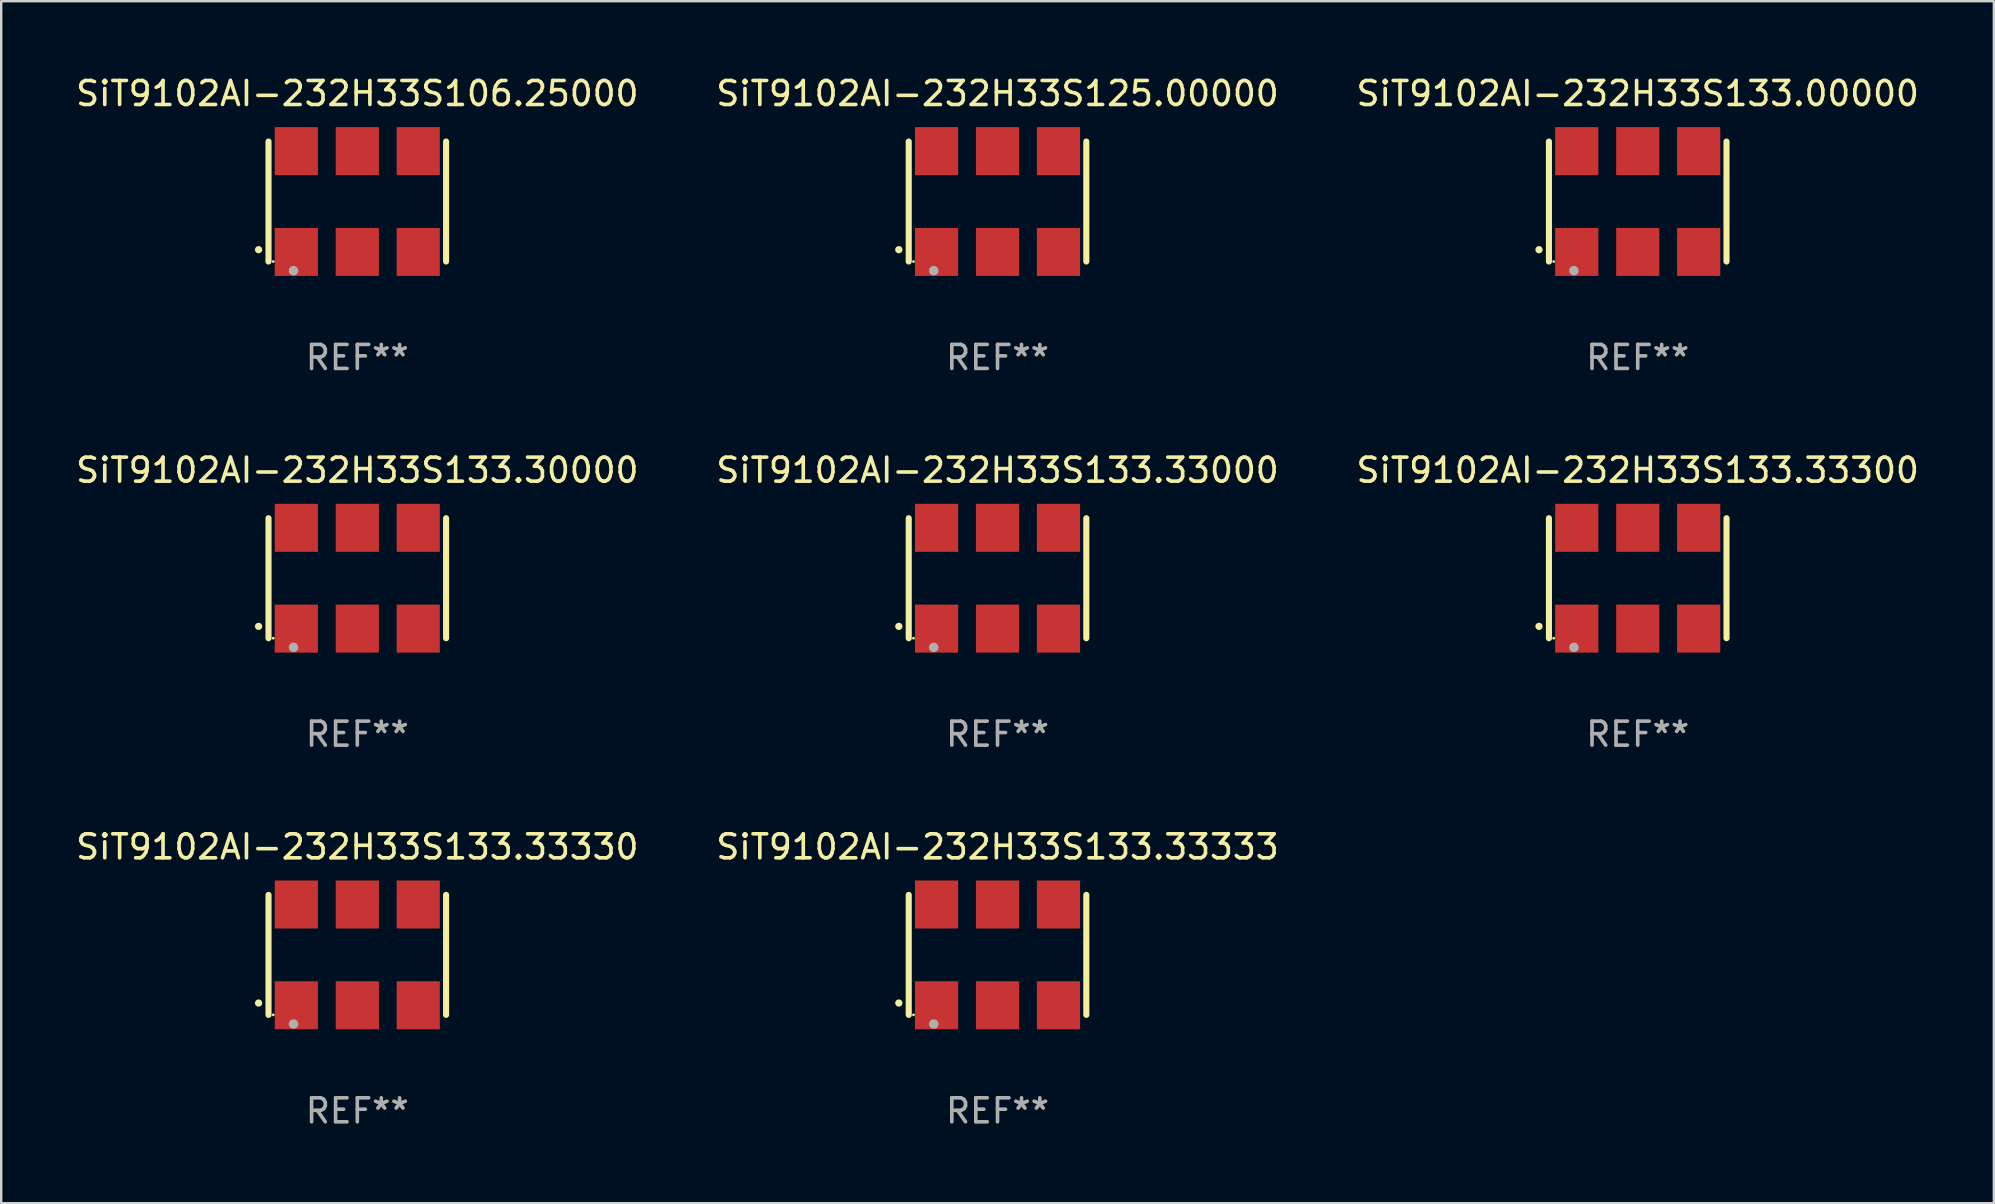
<source format=kicad_pcb>
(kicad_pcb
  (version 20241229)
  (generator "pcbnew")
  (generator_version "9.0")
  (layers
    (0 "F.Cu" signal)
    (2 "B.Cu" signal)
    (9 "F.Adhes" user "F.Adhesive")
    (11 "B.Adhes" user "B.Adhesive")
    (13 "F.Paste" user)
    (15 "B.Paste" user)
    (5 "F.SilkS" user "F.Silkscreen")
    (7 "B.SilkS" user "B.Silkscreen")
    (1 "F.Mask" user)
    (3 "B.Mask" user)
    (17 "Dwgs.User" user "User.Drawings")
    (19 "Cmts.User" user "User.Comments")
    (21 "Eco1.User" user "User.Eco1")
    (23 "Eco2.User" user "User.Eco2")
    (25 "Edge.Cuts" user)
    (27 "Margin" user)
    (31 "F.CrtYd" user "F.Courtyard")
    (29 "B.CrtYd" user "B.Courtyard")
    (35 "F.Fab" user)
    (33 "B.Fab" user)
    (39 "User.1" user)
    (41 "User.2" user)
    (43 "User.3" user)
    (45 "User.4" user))
  (footprint "SiT9102AI-232H33S133.00000"
    (layer "F.Cu")
    (at 65.196 5.348)
    (property "Reference" "SiT9102AI-232H33S133.00000" (at 0 -4.5 0) (layer "F.SilkS") (effects (font (size 1 1) (thickness 0.15))))
    (attr through_hole)
    (fp_line (start -3.7 -2.5) (end -3.7 2.5) (stroke (width 0.254) (type solid)) (layer "F.SilkS"))
    (fp_line (start 3.7 -2.5) (end 3.7 2.5) (stroke (width 0.254) (type solid)) (layer "F.SilkS"))
    (fp_arc (start -4.114415 2.006604) (mid -4.113145 2.006599) (end -4.111875 2.006604) (stroke (width 0.3) (type solid)) (layer "F.SilkS"))
    (fp_circle (center -3.502 2.5) (end -3.472 2.5) (stroke (width 0.06) (type solid)) (fill no) (layer "F.SilkS"))
    (fp_circle (center -2.657 2.882) (end -2.557 2.882) (stroke (width 0.2) (type solid)) (fill no) (layer "F.Fab"))
    (fp_text user "REF**" (at 0 6.5 0) (layer "F.Fab") (effects (font (size 1 1) (thickness 0.15))))
    (pad "1" smd rect (at -2.54 2.1) (size 1.8 2) (layers "F.Cu" "F.Mask" "F.Paste"))
    (pad "2" smd rect (at 0.000394 2.1) (size 1.8 2) (layers "F.Cu" "F.Mask" "F.Paste"))
    (pad "3" smd rect (at 2.54 2.1) (size 1.8 2) (layers "F.Cu" "F.Mask" "F.Paste"))
    (pad "4" smd rect (at 2.54 -2.1) (size 1.8 2) (layers "F.Cu" "F.Mask" "F.Paste"))
    (pad "5" smd rect (at 0.000394 -2.1) (size 1.8 2) (layers "F.Cu" "F.Mask" "F.Paste"))
    (pad "6" smd rect (at -2.54 -2.1) (size 1.8 2) (layers "F.Cu" "F.Mask" "F.Paste")))
  (footprint "SiT9102AI-232H33S133.33300"
    (layer "F.Cu")
    (at 65.196 21.045)
    (property "Reference" "SiT9102AI-232H33S133.33300" (at 0 -4.5 0) (layer "F.SilkS") (effects (font (size 1 1) (thickness 0.15))))
    (attr through_hole)
    (fp_line (start -3.7 -2.5) (end -3.7 2.5) (stroke (width 0.254) (type solid)) (layer "F.SilkS"))
    (fp_line (start 3.7 -2.5) (end 3.7 2.5) (stroke (width 0.254) (type solid)) (layer "F.SilkS"))
    (fp_arc (start -4.114415 2.006604) (mid -4.113145 2.006599) (end -4.111875 2.006604) (stroke (width 0.3) (type solid)) (layer "F.SilkS"))
    (fp_circle (center -3.502 2.5) (end -3.472 2.5) (stroke (width 0.06) (type solid)) (fill no) (layer "F.SilkS"))
    (fp_circle (center -2.657 2.882) (end -2.557 2.882) (stroke (width 0.2) (type solid)) (fill no) (layer "F.Fab"))
    (fp_text user "REF**" (at 0 6.5 0) (layer "F.Fab") (effects (font (size 1 1) (thickness 0.15))))
    (pad "1" smd rect (at -2.54 2.1) (size 1.8 2) (layers "F.Cu" "F.Mask" "F.Paste"))
    (pad "2" smd rect (at 0.000394 2.1) (size 1.8 2) (layers "F.Cu" "F.Mask" "F.Paste"))
    (pad "3" smd rect (at 2.54 2.1) (size 1.8 2) (layers "F.Cu" "F.Mask" "F.Paste"))
    (pad "4" smd rect (at 2.54 -2.1) (size 1.8 2) (layers "F.Cu" "F.Mask" "F.Paste"))
    (pad "5" smd rect (at 0.000394 -2.1) (size 1.8 2) (layers "F.Cu" "F.Mask" "F.Paste"))
    (pad "6" smd rect (at -2.54 -2.1) (size 1.8 2) (layers "F.Cu" "F.Mask" "F.Paste")))
  (footprint "SiT9102AI-232H33S133.30000"
    (layer "F.Cu")
    (at 11.839 21.045)
    (property "Reference" "SiT9102AI-232H33S133.30000" (at 0 -4.5 0) (layer "F.SilkS") (effects (font (size 1 1) (thickness 0.15))))
    (attr through_hole)
    (fp_line (start -3.7 -2.5) (end -3.7 2.5) (stroke (width 0.254) (type solid)) (layer "F.SilkS"))
    (fp_line (start 3.7 -2.5) (end 3.7 2.5) (stroke (width 0.254) (type solid)) (layer "F.SilkS"))
    (fp_arc (start -4.114415 2.006604) (mid -4.113145 2.006599) (end -4.111875 2.006604) (stroke (width 0.3) (type solid)) (layer "F.SilkS"))
    (fp_circle (center -3.502 2.5) (end -3.472 2.5) (stroke (width 0.06) (type solid)) (fill no) (layer "F.SilkS"))
    (fp_circle (center -2.657 2.882) (end -2.557 2.882) (stroke (width 0.2) (type solid)) (fill no) (layer "F.Fab"))
    (fp_text user "REF**" (at 0 6.5 0) (layer "F.Fab") (effects (font (size 1 1) (thickness 0.15))))
    (pad "1" smd rect (at -2.54 2.1) (size 1.8 2) (layers "F.Cu" "F.Mask" "F.Paste"))
    (pad "2" smd rect (at 0.000394 2.1) (size 1.8 2) (layers "F.Cu" "F.Mask" "F.Paste"))
    (pad "3" smd rect (at 2.54 2.1) (size 1.8 2) (layers "F.Cu" "F.Mask" "F.Paste"))
    (pad "4" smd rect (at 2.54 -2.1) (size 1.8 2) (layers "F.Cu" "F.Mask" "F.Paste"))
    (pad "5" smd rect (at 0.000394 -2.1) (size 1.8 2) (layers "F.Cu" "F.Mask" "F.Paste"))
    (pad "6" smd rect (at -2.54 -2.1) (size 1.8 2) (layers "F.Cu" "F.Mask" "F.Paste")))
  (footprint "SiT9102AI-232H33S133.33330"
    (layer "F.Cu")
    (at 11.839 36.741)
    (property "Reference" "SiT9102AI-232H33S133.33330" (at 0 -4.5 0) (layer "F.SilkS") (effects (font (size 1 1) (thickness 0.15))))
    (attr through_hole)
    (fp_line (start -3.7 -2.5) (end -3.7 2.5) (stroke (width 0.254) (type solid)) (layer "F.SilkS"))
    (fp_line (start 3.7 -2.5) (end 3.7 2.5) (stroke (width 0.254) (type solid)) (layer "F.SilkS"))
    (fp_arc (start -4.114415 2.006604) (mid -4.113145 2.006599) (end -4.111875 2.006604) (stroke (width 0.3) (type solid)) (layer "F.SilkS"))
    (fp_circle (center -3.502 2.5) (end -3.472 2.5) (stroke (width 0.06) (type solid)) (fill no) (layer "F.SilkS"))
    (fp_circle (center -2.657 2.882) (end -2.557 2.882) (stroke (width 0.2) (type solid)) (fill no) (layer "F.Fab"))
    (fp_text user "REF**" (at 0 6.5 0) (layer "F.Fab") (effects (font (size 1 1) (thickness 0.15))))
    (pad "1" smd rect (at -2.54 2.1) (size 1.8 2) (layers "F.Cu" "F.Mask" "F.Paste"))
    (pad "2" smd rect (at 0.000394 2.1) (size 1.8 2) (layers "F.Cu" "F.Mask" "F.Paste"))
    (pad "3" smd rect (at 2.54 2.1) (size 1.8 2) (layers "F.Cu" "F.Mask" "F.Paste"))
    (pad "4" smd rect (at 2.54 -2.1) (size 1.8 2) (layers "F.Cu" "F.Mask" "F.Paste"))
    (pad "5" smd rect (at 0.000394 -2.1) (size 1.8 2) (layers "F.Cu" "F.Mask" "F.Paste"))
    (pad "6" smd rect (at -2.54 -2.1) (size 1.8 2) (layers "F.Cu" "F.Mask" "F.Paste")))
  (footprint "SiT9102AI-232H33S133.33000"
    (layer "F.Cu")
    (at 38.518 21.045)
    (property "Reference" "SiT9102AI-232H33S133.33000" (at 0 -4.5 0) (layer "F.SilkS") (effects (font (size 1 1) (thickness 0.15))))
    (attr through_hole)
    (fp_line (start -3.7 -2.5) (end -3.7 2.5) (stroke (width 0.254) (type solid)) (layer "F.SilkS"))
    (fp_line (start 3.7 -2.5) (end 3.7 2.5) (stroke (width 0.254) (type solid)) (layer "F.SilkS"))
    (fp_arc (start -4.114415 2.006604) (mid -4.113145 2.006599) (end -4.111875 2.006604) (stroke (width 0.3) (type solid)) (layer "F.SilkS"))
    (fp_circle (center -3.502 2.5) (end -3.472 2.5) (stroke (width 0.06) (type solid)) (fill no) (layer "F.SilkS"))
    (fp_circle (center -2.657 2.882) (end -2.557 2.882) (stroke (width 0.2) (type solid)) (fill no) (layer "F.Fab"))
    (fp_text user "REF**" (at 0 6.5 0) (layer "F.Fab") (effects (font (size 1 1) (thickness 0.15))))
    (pad "1" smd rect (at -2.54 2.1) (size 1.8 2) (layers "F.Cu" "F.Mask" "F.Paste"))
    (pad "2" smd rect (at 0.000394 2.1) (size 1.8 2) (layers "F.Cu" "F.Mask" "F.Paste"))
    (pad "3" smd rect (at 2.54 2.1) (size 1.8 2) (layers "F.Cu" "F.Mask" "F.Paste"))
    (pad "4" smd rect (at 2.54 -2.1) (size 1.8 2) (layers "F.Cu" "F.Mask" "F.Paste"))
    (pad "5" smd rect (at 0.000394 -2.1) (size 1.8 2) (layers "F.Cu" "F.Mask" "F.Paste"))
    (pad "6" smd rect (at -2.54 -2.1) (size 1.8 2) (layers "F.Cu" "F.Mask" "F.Paste")))
  (footprint "SiT9102AI-232H33S106.25000"
    (layer "F.Cu")
    (at 11.839 5.348)
    (property "Reference" "SiT9102AI-232H33S106.25000" (at 0 -4.5 0) (layer "F.SilkS") (effects (font (size 1 1) (thickness 0.15))))
    (attr through_hole)
    (fp_line (start -3.7 -2.5) (end -3.7 2.5) (stroke (width 0.254) (type solid)) (layer "F.SilkS"))
    (fp_line (start 3.7 -2.5) (end 3.7 2.5) (stroke (width 0.254) (type solid)) (layer "F.SilkS"))
    (fp_arc (start -4.114415 2.006604) (mid -4.113145 2.006599) (end -4.111875 2.006604) (stroke (width 0.3) (type solid)) (layer "F.SilkS"))
    (fp_circle (center -3.502 2.5) (end -3.472 2.5) (stroke (width 0.06) (type solid)) (fill no) (layer "F.SilkS"))
    (fp_circle (center -2.657 2.882) (end -2.557 2.882) (stroke (width 0.2) (type solid)) (fill no) (layer "F.Fab"))
    (fp_text user "REF**" (at 0 6.5 0) (layer "F.Fab") (effects (font (size 1 1) (thickness 0.15))))
    (pad "1" smd rect (at -2.54 2.1) (size 1.8 2) (layers "F.Cu" "F.Mask" "F.Paste"))
    (pad "2" smd rect (at 0.000394 2.1) (size 1.8 2) (layers "F.Cu" "F.Mask" "F.Paste"))
    (pad "3" smd rect (at 2.54 2.1) (size 1.8 2) (layers "F.Cu" "F.Mask" "F.Paste"))
    (pad "4" smd rect (at 2.54 -2.1) (size 1.8 2) (layers "F.Cu" "F.Mask" "F.Paste"))
    (pad "5" smd rect (at 0.000394 -2.1) (size 1.8 2) (layers "F.Cu" "F.Mask" "F.Paste"))
    (pad "6" smd rect (at -2.54 -2.1) (size 1.8 2) (layers "F.Cu" "F.Mask" "F.Paste")))
  (footprint "SiT9102AI-232H33S125.00000"
    (layer "F.Cu")
    (at 38.518 5.348)
    (property "Reference" "SiT9102AI-232H33S125.00000" (at 0 -4.5 0) (layer "F.SilkS") (effects (font (size 1 1) (thickness 0.15))))
    (attr through_hole)
    (fp_line (start -3.7 -2.5) (end -3.7 2.5) (stroke (width 0.254) (type solid)) (layer "F.SilkS"))
    (fp_line (start 3.7 -2.5) (end 3.7 2.5) (stroke (width 0.254) (type solid)) (layer "F.SilkS"))
    (fp_arc (start -4.114415 2.006604) (mid -4.113145 2.006599) (end -4.111875 2.006604) (stroke (width 0.3) (type solid)) (layer "F.SilkS"))
    (fp_circle (center -3.502 2.5) (end -3.472 2.5) (stroke (width 0.06) (type solid)) (fill no) (layer "F.SilkS"))
    (fp_circle (center -2.657 2.882) (end -2.557 2.882) (stroke (width 0.2) (type solid)) (fill no) (layer "F.Fab"))
    (fp_text user "REF**" (at 0 6.5 0) (layer "F.Fab") (effects (font (size 1 1) (thickness 0.15))))
    (pad "1" smd rect (at -2.54 2.1) (size 1.8 2) (layers "F.Cu" "F.Mask" "F.Paste"))
    (pad "2" smd rect (at 0.000394 2.1) (size 1.8 2) (layers "F.Cu" "F.Mask" "F.Paste"))
    (pad "3" smd rect (at 2.54 2.1) (size 1.8 2) (layers "F.Cu" "F.Mask" "F.Paste"))
    (pad "4" smd rect (at 2.54 -2.1) (size 1.8 2) (layers "F.Cu" "F.Mask" "F.Paste"))
    (pad "5" smd rect (at 0.000394 -2.1) (size 1.8 2) (layers "F.Cu" "F.Mask" "F.Paste"))
    (pad "6" smd rect (at -2.54 -2.1) (size 1.8 2) (layers "F.Cu" "F.Mask" "F.Paste")))
  (footprint "SiT9102AI-232H33S133.33333"
    (layer "F.Cu")
    (at 38.518 36.741)
    (property "Reference" "SiT9102AI-232H33S133.33333" (at 0 -4.5 0) (layer "F.SilkS") (effects (font (size 1 1) (thickness 0.15))))
    (attr through_hole)
    (fp_line (start -3.7 -2.5) (end -3.7 2.5) (stroke (width 0.254) (type solid)) (layer "F.SilkS"))
    (fp_line (start 3.7 -2.5) (end 3.7 2.5) (stroke (width 0.254) (type solid)) (layer "F.SilkS"))
    (fp_arc (start -4.114415 2.006604) (mid -4.113145 2.006599) (end -4.111875 2.006604) (stroke (width 0.3) (type solid)) (layer "F.SilkS"))
    (fp_circle (center -3.502 2.5) (end -3.472 2.5) (stroke (width 0.06) (type solid)) (fill no) (layer "F.SilkS"))
    (fp_circle (center -2.657 2.882) (end -2.557 2.882) (stroke (width 0.2) (type solid)) (fill no) (layer "F.Fab"))
    (fp_text user "REF**" (at 0 6.5 0) (layer "F.Fab") (effects (font (size 1 1) (thickness 0.15))))
    (pad "1" smd rect (at -2.54 2.1) (size 1.8 2) (layers "F.Cu" "F.Mask" "F.Paste"))
    (pad "2" smd rect (at 0.000394 2.1) (size 1.8 2) (layers "F.Cu" "F.Mask" "F.Paste"))
    (pad "3" smd rect (at 2.54 2.1) (size 1.8 2) (layers "F.Cu" "F.Mask" "F.Paste"))
    (pad "4" smd rect (at 2.54 -2.1) (size 1.8 2) (layers "F.Cu" "F.Mask" "F.Paste"))
    (pad "5" smd rect (at 0.000394 -2.1) (size 1.8 2) (layers "F.Cu" "F.Mask" "F.Paste"))
    (pad "6" smd rect (at -2.54 -2.1) (size 1.8 2) (layers "F.Cu" "F.Mask" "F.Paste")))
  (gr_rect
    (start -3 -3)
    (end 80.036 47.09)
    (stroke (width 0.1) (type default))
    (fill no)
    (layer "Edge.Cuts")))
</source>
